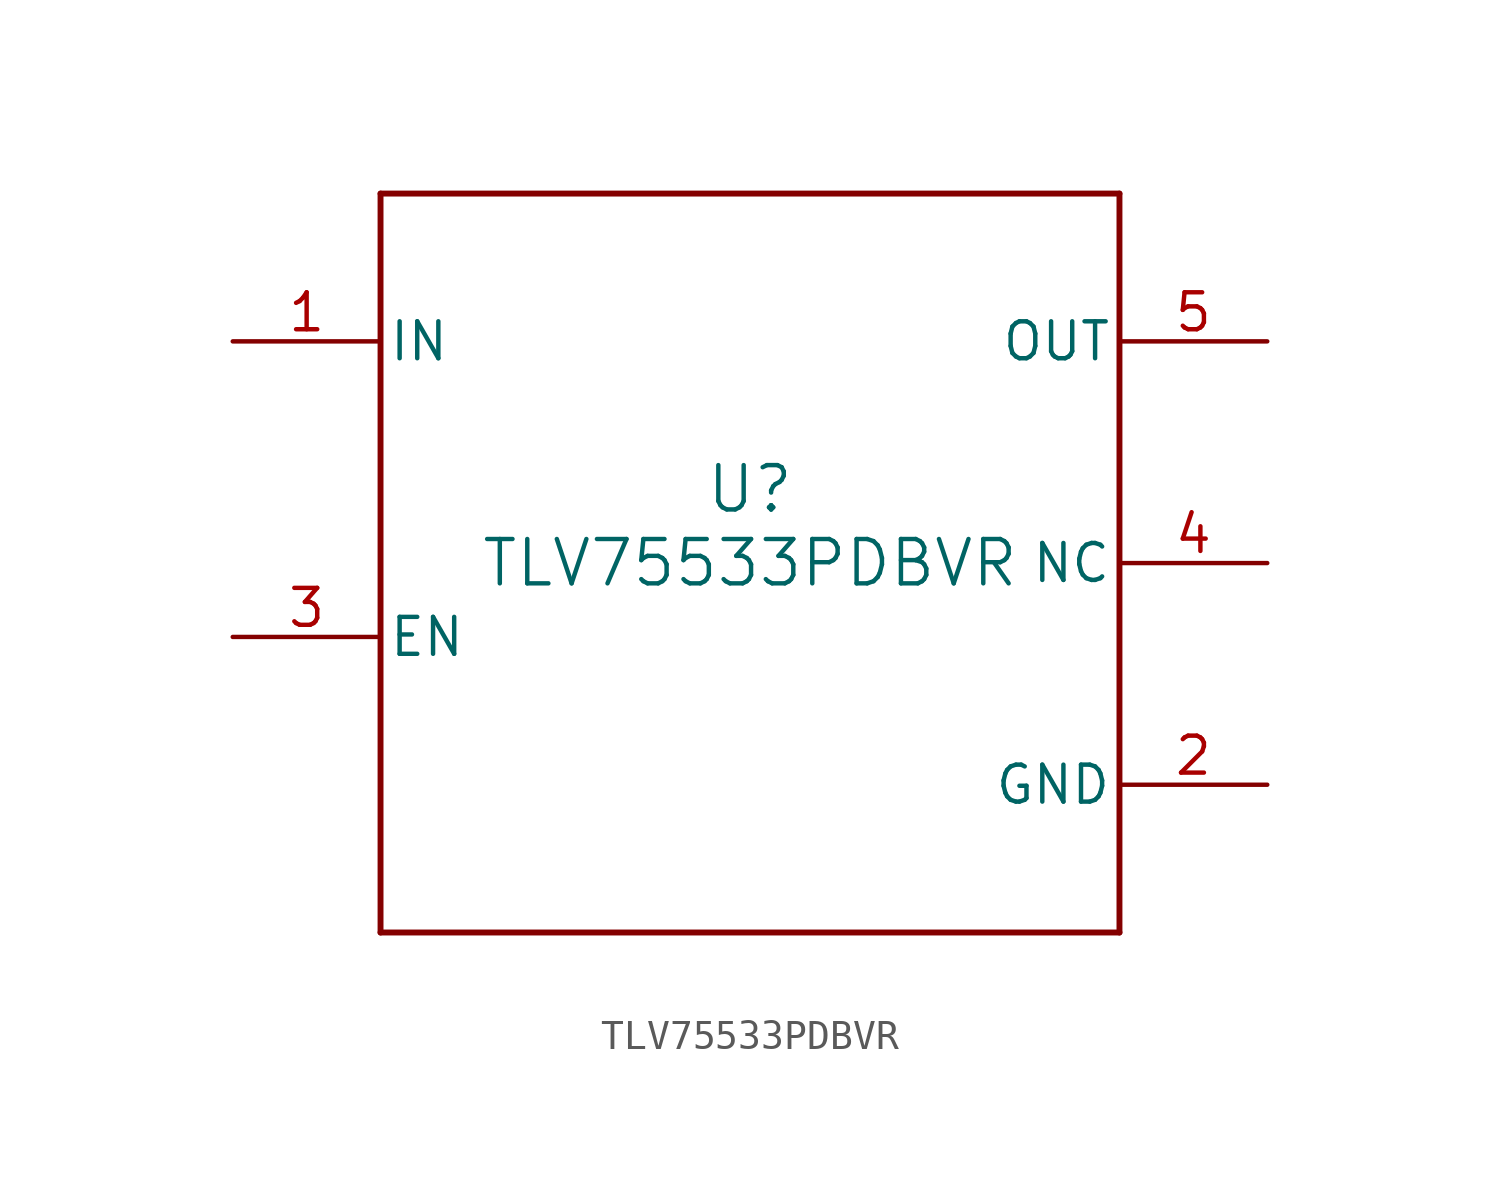
<source format=kicad_sym>
(kicad_symbol_lib
  (version 20211014)
  (generator kicad_symbol_editor)
  (symbol "TLV75533PDBVR"
    (pin_names
      (offset 0.254))
    (property "Reference" "U"
      (at 0 2.54 0)
      (effects (font (size 1.524 1.524))))
    (property "Value" "TLV75533PDBVR"
      (at 0 0 0)
      (effects (font (size 1.524 1.524))))
    (symbol "TLV75533PDBVR_0_1"
      (polyline (pts (xy -12.7 -12.7) (xy 12.7 -12.7)) (stroke (width 0.203) (type default) (color 0 0 0 0)) (fill (type none)))
      (polyline (pts (xy 12.7 -12.7) (xy 12.7 12.7)) (stroke (width 0.203) (type default) (color 0 0 0 0)) (fill (type none)))
      (polyline (pts (xy 12.7 12.7) (xy -12.7 12.7)) (stroke (width 0.203) (type default) (color 0 0 0 0)) (fill (type none)))
      (polyline (pts (xy -12.7 12.7) (xy -12.7 -12.7)) (stroke (width 0.203) (type default) (color 0 0 0 0)) (fill (type none)))
      (pin power_in line (at -17.78 7.62 0) (length 5.08) (name "IN" (effects (font (size 1.27 1.27)))) (number "1" (effects (font (size 1.27 1.27)))))
      (pin power_in line (at 17.78 -7.62 180) (length 5.08) (name "GND" (effects (font (size 1.27 1.27)))) (number "2" (effects (font (size 1.27 1.27)))))
      (pin input line (at -17.78 -2.54 0) (length 5.08) (name "EN" (effects (font (size 1.27 1.27)))) (number "3" (effects (font (size 1.27 1.27)))))
      (pin unspecified line (at 17.78 0 180) (length 5.08) (name "NC" (effects (font (size 1.27 1.27)))) (number "4" (effects (font (size 1.27 1.27)))))
      (pin power_in line (at 17.78 7.62 180) (length 5.08) (name "OUT" (effects (font (size 1.27 1.27)))) (number "5" (effects (font (size 1.27 1.27))))))))
</source>
